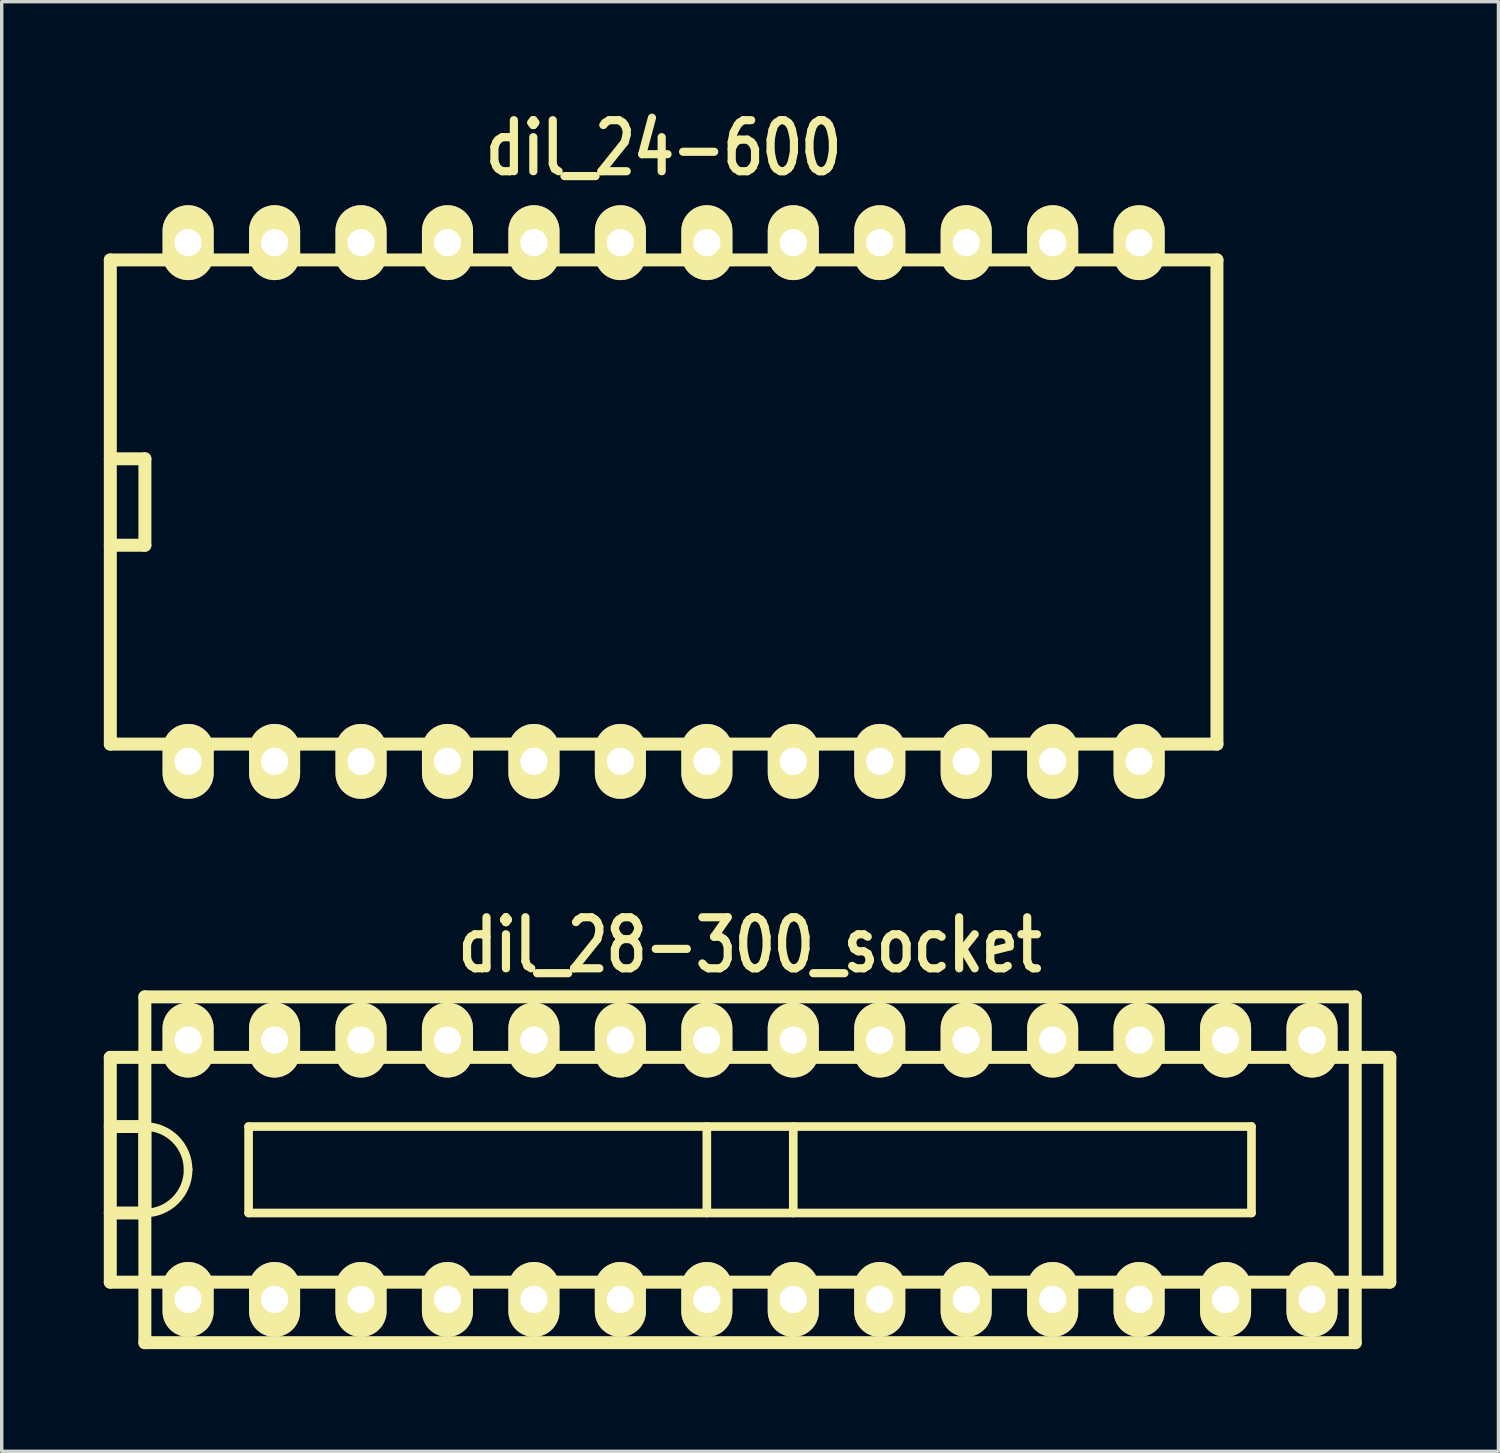
<source format=kicad_pcb>
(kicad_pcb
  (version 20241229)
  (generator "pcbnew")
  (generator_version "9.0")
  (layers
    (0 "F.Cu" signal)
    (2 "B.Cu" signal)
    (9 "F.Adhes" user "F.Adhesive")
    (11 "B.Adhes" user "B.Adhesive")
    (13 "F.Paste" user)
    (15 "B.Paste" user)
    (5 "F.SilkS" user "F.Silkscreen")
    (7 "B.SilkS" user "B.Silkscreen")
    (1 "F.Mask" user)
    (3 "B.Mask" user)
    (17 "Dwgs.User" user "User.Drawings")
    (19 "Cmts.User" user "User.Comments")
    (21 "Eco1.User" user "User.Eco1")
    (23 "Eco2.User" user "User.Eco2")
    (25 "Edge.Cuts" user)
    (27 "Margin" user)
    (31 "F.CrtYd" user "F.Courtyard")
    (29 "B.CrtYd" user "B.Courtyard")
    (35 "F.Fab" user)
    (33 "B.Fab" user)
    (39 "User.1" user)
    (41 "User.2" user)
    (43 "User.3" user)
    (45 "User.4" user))
  (footprint "dil_24-600"
    (layer "F.Cu")
    (at 16.447 11.699)
    (property "Reference" "dil_24-600" (at 0 -10.4 0) (layer "F.SilkS") (effects (font (size 1.5 1.2) (thickness 0.24))))
    (attr through_hole)
    (fp_line (start -16.256 -7.112) (end -16.256 7.112) (stroke (width 0.381) (type solid)) (layer "F.SilkS"))
    (fp_line (start -16.256 -7.112) (end 16.256 -7.112) (stroke (width 0.381) (type solid)) (layer "F.SilkS"))
    (fp_line (start -15.24 -1.27) (end -16.256 -1.27) (stroke (width 0.381) (type solid)) (layer "F.SilkS"))
    (fp_line (start -15.24 -1.27) (end -15.24 1.27) (stroke (width 0.381) (type solid)) (layer "F.SilkS"))
    (fp_line (start -15.24 1.27) (end -16.256 1.27) (stroke (width 0.381) (type solid)) (layer "F.SilkS"))
    (fp_line (start 16.256 7.112) (end -16.256 7.112) (stroke (width 0.381) (type solid)) (layer "F.SilkS"))
    (fp_line (start 16.256 7.112) (end 16.256 -7.112) (stroke (width 0.381) (type solid)) (layer "F.SilkS"))
    (pad "1" thru_hole oval (at -13.97 7.62) (size 1.5 2.2) (drill 0.8) (layers "*.Cu" "*.Mask" "F.SilkS"))
    (pad "2" thru_hole oval (at -11.43 7.62) (size 1.5 2.2) (drill 0.8) (layers "*.Cu" "*.Mask" "F.SilkS"))
    (pad "3" thru_hole oval (at -8.89 7.62) (size 1.5 2.2) (drill 0.8) (layers "*.Cu" "*.Mask" "F.SilkS"))
    (pad "4" thru_hole oval (at -6.35 7.62) (size 1.5 2.2) (drill 0.8) (layers "*.Cu" "*.Mask" "F.SilkS"))
    (pad "5" thru_hole oval (at -3.81 7.62) (size 1.5 2.2) (drill 0.8) (layers "*.Cu" "*.Mask" "F.SilkS"))
    (pad "6" thru_hole oval (at -1.27 7.62) (size 1.5 2.2) (drill 0.8) (layers "*.Cu" "*.Mask" "F.SilkS"))
    (pad "7" thru_hole oval (at 1.27 7.62) (size 1.5 2.2) (drill 0.8) (layers "*.Cu" "*.Mask" "F.SilkS"))
    (pad "8" thru_hole oval (at 3.81 7.62) (size 1.5 2.2) (drill 0.8) (layers "*.Cu" "*.Mask" "F.SilkS"))
    (pad "9" thru_hole oval (at 6.35 7.62) (size 1.5 2.2) (drill 0.8) (layers "*.Cu" "*.Mask" "F.SilkS"))
    (pad "10" thru_hole oval (at 8.89 7.62) (size 1.5 2.2) (drill 0.8) (layers "*.Cu" "*.Mask" "F.SilkS"))
    (pad "11" thru_hole oval (at 11.43 7.62) (size 1.5 2.2) (drill 0.8) (layers "*.Cu" "*.Mask" "F.SilkS"))
    (pad "12" thru_hole oval (at 13.97 7.62) (size 1.5 2.2) (drill 0.8) (layers "*.Cu" "*.Mask" "F.SilkS"))
    (pad "13" thru_hole oval (at 13.97 -7.62) (size 1.5 2.2) (drill 0.8) (layers "*.Cu" "*.Mask" "F.SilkS"))
    (pad "14" thru_hole oval (at 11.43 -7.62) (size 1.5 2.2) (drill 0.8) (layers "*.Cu" "*.Mask" "F.SilkS"))
    (pad "15" thru_hole oval (at 8.89 -7.62) (size 1.5 2.2) (drill 0.8) (layers "*.Cu" "*.Mask" "F.SilkS"))
    (pad "16" thru_hole oval (at 6.35 -7.62) (size 1.5 2.2) (drill 0.8) (layers "*.Cu" "*.Mask" "F.SilkS"))
    (pad "17" thru_hole oval (at 3.81 -7.62) (size 1.5 2.2) (drill 0.8) (layers "*.Cu" "*.Mask" "F.SilkS"))
    (pad "18" thru_hole oval (at 1.27 -7.62) (size 1.5 2.2) (drill 0.8) (layers "*.Cu" "*.Mask" "F.SilkS"))
    (pad "19" thru_hole oval (at -1.27 -7.62) (size 1.5 2.2) (drill 0.8) (layers "*.Cu" "*.Mask" "F.SilkS"))
    (pad "20" thru_hole oval (at -3.81 -7.62) (size 1.5 2.2) (drill 0.8) (layers "*.Cu" "*.Mask" "F.SilkS"))
    (pad "21" thru_hole oval (at -6.35 -7.62) (size 1.5 2.2) (drill 0.8) (layers "*.Cu" "*.Mask" "F.SilkS"))
    (pad "22" thru_hole oval (at -8.89 -7.62) (size 1.5 2.2) (drill 0.8) (layers "*.Cu" "*.Mask" "F.SilkS"))
    (pad "23" thru_hole oval (at -11.43 -7.62) (size 1.5 2.2) (drill 0.8) (layers "*.Cu" "*.Mask" "F.SilkS"))
    (pad "24" thru_hole oval (at -13.97 -7.62) (size 1.5 2.2) (drill 0.8) (layers "*.Cu" "*.Mask" "F.SilkS")))
  (footprint "dil_28-300_socket"
    (layer "F.Cu")
    (at 18.986 31.317)
    (property "Reference" "dil_28-300_socket" (at 0 -6.6 0) (layer "F.SilkS") (effects (font (size 1.5 1.2) (thickness 0.24))))
    (attr through_hole)
    (fp_line (start -18.796 3.302) (end -18.796 -3.302) (stroke (width 0.381) (type solid)) (layer "F.SilkS"))
    (fp_line (start -17.78 -5.08) (end 17.78 -5.08) (stroke (width 0.381) (type solid)) (layer "F.SilkS"))
    (fp_line (start -17.78 -1.27) (end -18.796 -1.27) (stroke (width 0.381) (type solid)) (layer "F.SilkS"))
    (fp_line (start -17.78 -1.27) (end -17.78 1.27) (stroke (width 0.381) (type solid)) (layer "F.SilkS"))
    (fp_line (start -17.78 1.27) (end -18.796 1.27) (stroke (width 0.381) (type solid)) (layer "F.SilkS"))
    (fp_line (start -17.78 5.08) (end -17.78 -5.08) (stroke (width 0.381) (type solid)) (layer "F.SilkS"))
    (fp_line (start -17.78 5.08) (end 17.78 5.08) (stroke (width 0.381) (type solid)) (layer "F.SilkS"))
    (fp_line (start -14.732 -1.27) (end -14.732 1.27) (stroke (width 0.254) (type solid)) (layer "F.SilkS"))
    (fp_line (start -14.732 1.27) (end 14.732 1.27) (stroke (width 0.254) (type solid)) (layer "F.SilkS"))
    (fp_line (start -1.27 -1.27) (end -1.27 1.27) (stroke (width 0.254) (type solid)) (layer "F.SilkS"))
    (fp_line (start 1.27 -1.27) (end 1.27 1.27) (stroke (width 0.254) (type solid)) (layer "F.SilkS"))
    (fp_line (start 14.732 -1.27) (end -14.732 -1.27) (stroke (width 0.254) (type solid)) (layer "F.SilkS"))
    (fp_line (start 14.732 1.27) (end 14.732 -1.27) (stroke (width 0.254) (type solid)) (layer "F.SilkS"))
    (fp_line (start 17.78 -5.08) (end 17.78 5.08) (stroke (width 0.381) (type solid)) (layer "F.SilkS"))
    (fp_line (start 18.796 -3.302) (end -18.796 -3.302) (stroke (width 0.381) (type solid)) (layer "F.SilkS"))
    (fp_line (start 18.796 -3.302) (end 18.796 3.302) (stroke (width 0.381) (type solid)) (layer "F.SilkS"))
    (fp_line (start 18.796 3.302) (end -18.796 3.302) (stroke (width 0.381) (type solid)) (layer "F.SilkS"))
    (fp_arc (start -17.78 -1.27) (mid -16.881974 -0.898026) (end -16.51 0) (stroke (width 0.254) (type solid)) (layer "F.SilkS"))
    (fp_arc (start -16.51 0) (mid -16.881974 0.898026) (end -17.78 1.27) (stroke (width 0.254) (type solid)) (layer "F.SilkS"))
    (pad "1" thru_hole oval (at -16.51 3.81) (size 1.5 2.2) (drill 0.8) (layers "*.Cu" "*.Mask" "F.SilkS"))
    (pad "2" thru_hole oval (at -13.97 3.81) (size 1.5 2.2) (drill 0.8) (layers "*.Cu" "*.Mask" "F.SilkS"))
    (pad "3" thru_hole oval (at -11.43 3.81) (size 1.5 2.2) (drill 0.8) (layers "*.Cu" "*.Mask" "F.SilkS"))
    (pad "4" thru_hole oval (at -8.89 3.81) (size 1.5 2.2) (drill 0.8) (layers "*.Cu" "*.Mask" "F.SilkS"))
    (pad "5" thru_hole oval (at -6.35 3.81) (size 1.5 2.2) (drill 0.8) (layers "*.Cu" "*.Mask" "F.SilkS"))
    (pad "6" thru_hole oval (at -3.81 3.81) (size 1.5 2.2) (drill 0.8) (layers "*.Cu" "*.Mask" "F.SilkS"))
    (pad "7" thru_hole oval (at -1.27 3.81) (size 1.5 2.2) (drill 0.8) (layers "*.Cu" "*.Mask" "F.SilkS"))
    (pad "8" thru_hole oval (at 1.27 3.81) (size 1.5 2.2) (drill 0.8) (layers "*.Cu" "*.Mask" "F.SilkS"))
    (pad "9" thru_hole oval (at 3.81 3.81) (size 1.5 2.2) (drill 0.8) (layers "*.Cu" "*.Mask" "F.SilkS"))
    (pad "10" thru_hole oval (at 6.35 3.81) (size 1.5 2.2) (drill 0.8) (layers "*.Cu" "*.Mask" "F.SilkS"))
    (pad "11" thru_hole oval (at 8.89 3.81) (size 1.5 2.2) (drill 0.8) (layers "*.Cu" "*.Mask" "F.SilkS"))
    (pad "12" thru_hole oval (at 11.43 3.81) (size 1.5 2.2) (drill 0.8) (layers "*.Cu" "*.Mask" "F.SilkS"))
    (pad "13" thru_hole oval (at 13.97 3.81) (size 1.5 2.2) (drill 0.8) (layers "*.Cu" "*.Mask" "F.SilkS"))
    (pad "14" thru_hole oval (at 16.51 3.81) (size 1.5 2.2) (drill 0.8) (layers "*.Cu" "*.Mask" "F.SilkS"))
    (pad "15" thru_hole oval (at 16.51 -3.81) (size 1.5 2.2) (drill 0.8) (layers "*.Cu" "*.Mask" "F.SilkS"))
    (pad "16" thru_hole oval (at 13.97 -3.81) (size 1.5 2.2) (drill 0.8) (layers "*.Cu" "*.Mask" "F.SilkS"))
    (pad "17" thru_hole oval (at 11.43 -3.81) (size 1.5 2.2) (drill 0.8) (layers "*.Cu" "*.Mask" "F.SilkS"))
    (pad "18" thru_hole oval (at 8.89 -3.81) (size 1.5 2.2) (drill 0.8) (layers "*.Cu" "*.Mask" "F.SilkS"))
    (pad "19" thru_hole oval (at 6.35 -3.81) (size 1.5 2.2) (drill 0.8) (layers "*.Cu" "*.Mask" "F.SilkS"))
    (pad "20" thru_hole oval (at 3.81 -3.81) (size 1.5 2.2) (drill 0.8) (layers "*.Cu" "*.Mask" "F.SilkS"))
    (pad "21" thru_hole oval (at 1.27 -3.81) (size 1.5 2.2) (drill 0.8) (layers "*.Cu" "*.Mask" "F.SilkS"))
    (pad "22" thru_hole oval (at -1.27 -3.81) (size 1.5 2.2) (drill 0.8) (layers "*.Cu" "*.Mask" "F.SilkS"))
    (pad "23" thru_hole oval (at -3.81 -3.81) (size 1.5 2.2) (drill 0.8) (layers "*.Cu" "*.Mask" "F.SilkS"))
    (pad "24" thru_hole oval (at -6.35 -3.81) (size 1.5 2.2) (drill 0.8) (layers "*.Cu" "*.Mask" "F.SilkS"))
    (pad "25" thru_hole oval (at -8.89 -3.81) (size 1.5 2.2) (drill 0.8) (layers "*.Cu" "*.Mask" "F.SilkS"))
    (pad "26" thru_hole oval (at -11.43 -3.81) (size 1.5 2.2) (drill 0.8) (layers "*.Cu" "*.Mask" "F.SilkS"))
    (pad "27" thru_hole oval (at -13.97 -3.81) (size 1.5 2.2) (drill 0.8) (layers "*.Cu" "*.Mask" "F.SilkS"))
    (pad "28" thru_hole oval (at -16.51 -3.81) (size 1.5 2.2) (drill 0.8) (layers "*.Cu" "*.Mask" "F.SilkS")))
  (gr_rect
    (start -3 -3)
    (end 40.973 39.588)
    (stroke (width 0.1) (type default))
    (fill no)
    (layer "Edge.Cuts")))
</source>
